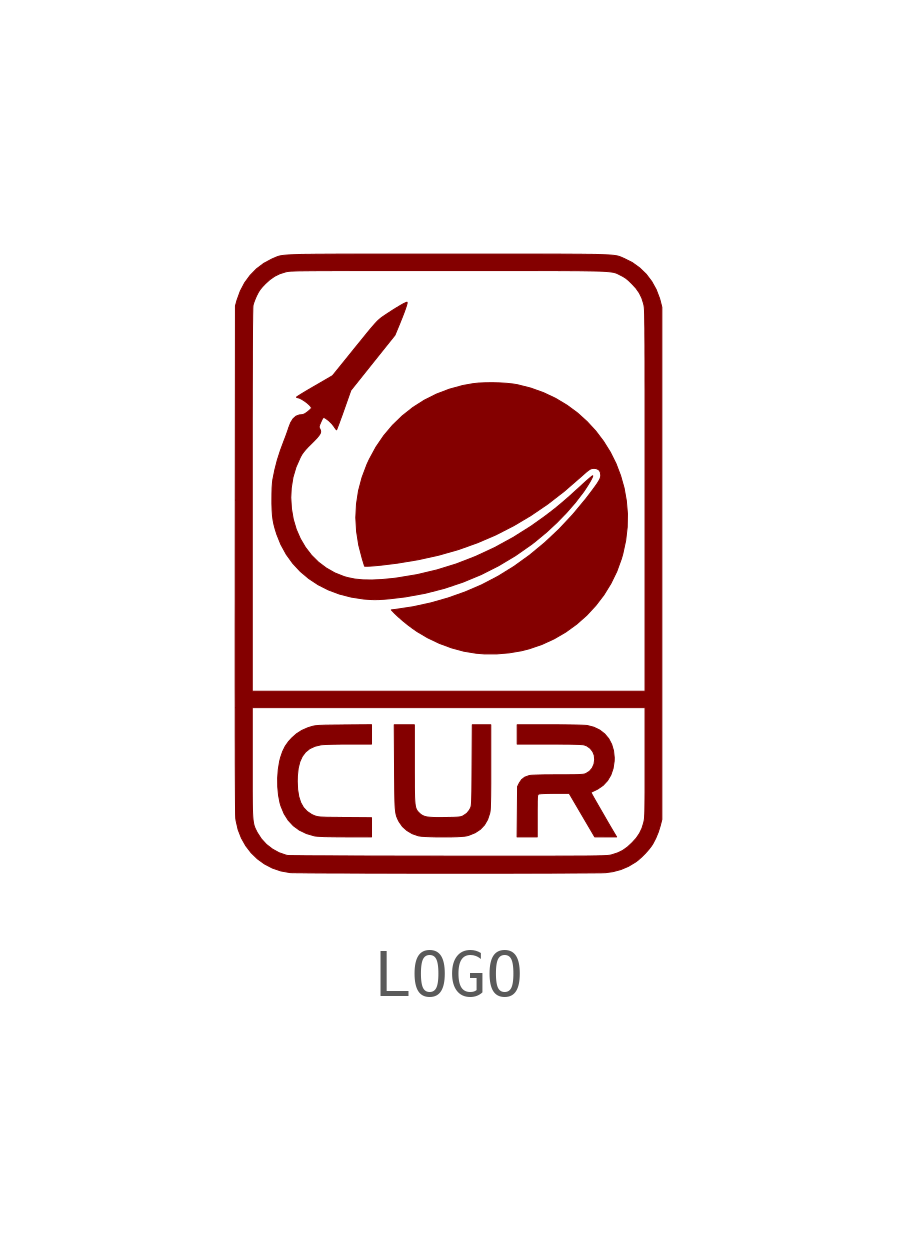
<source format=kicad_sym>
(kicad_symbol_lib
  (version 20220914)
  (generator "bitmap2component")
  (generator_version "9.0")
  (symbol "LOGO"
    (pin_names
      (offset 1.016))
    (property "Reference" "#G"
      (at 0 6.988 0)
      (effects (font (size 1.27 1.27)) hide))
    (symbol "LOGO_0_0"
      (polyline (pts (xy 0.389 -6.459) (xy 0.66 -6.459) (xy 0.928 -6.459) (xy 1.189 -6.459) (xy 1.443 -6.458) (xy 1.687 -6.458) (xy 1.921 -6.457) (xy 2.142 -6.457) (xy 2.348 -6.456) (xy 2.538 -6.455) (xy 2.711 -6.454) (xy 2.864 -6.453) (xy 2.995 -6.452) (xy 3.104 -6.451) (xy 3.188 -6.45) (xy 3.246 -6.448) (xy 3.275 -6.447) (xy 3.424 -6.426) (xy 3.59 -6.382) (xy 3.746 -6.316) (xy 3.896 -6.226) (xy 3.948 -6.187) (xy 4.024 -6.12) (xy 4.101 -6.043) (xy 4.171 -5.964) (xy 4.227 -5.891) (xy 4.258 -5.843) (xy 4.318 -5.727) (xy 4.371 -5.598) (xy 4.411 -5.468) (xy 4.444 -5.338) (xy 4.444 0.000100) (xy 4.444 5.338) (xy 4.411 5.469) (xy 4.396 5.523) (xy 4.326 5.707) (xy 4.233 5.875) (xy 4.118 6.027) (xy 3.982 6.158) (xy 3.829 6.269) (xy 3.658 6.355) (xy 3.658 6.355) (xy 3.634 6.365) (xy 3.613 6.375) (xy 3.593 6.383) (xy 3.573 6.391) (xy 3.552 6.398) (xy 3.529 6.405) (xy 3.502 6.411) (xy 3.47 6.416) (xy 3.432 6.421) (xy 3.387 6.425) (xy 3.334 6.429) (xy 3.271 6.432) (xy 3.198 6.435) (xy 3.112 6.438) (xy 3.014 6.44) (xy 2.901 6.441) (xy 2.773 6.443) (xy 2.628 6.444) (xy 2.465 6.445) (xy 2.283 6.446) (xy 2.081 6.446) (xy 1.858 6.447) (xy 1.612 6.447) (xy 1.342 6.447) (xy 1.047 6.447) (xy 0.726 6.447) (xy 0.377 6.447) (xy -0.000100 6.447) (xy -0.013 6.447) (xy -0.389 6.447) (xy -0.737 6.447) (xy -1.057 6.447) (xy -1.351 6.447) (xy -1.62 6.447) (xy -1.866 6.447) (xy -2.088 6.446) (xy -2.29 6.446) (xy -2.471 6.445) (xy -2.633 6.444) (xy -2.777 6.443) (xy -2.905 6.441) (xy -3.018 6.44) (xy -3.115 6.438) (xy -3.2 6.435) (xy -3.273 6.432) (xy -3.336 6.429) (xy -3.389 6.425) (xy -3.433 6.421) (xy -3.471 6.416) (xy -3.503 6.411) (xy -3.53 6.405) (xy -3.553 6.398) (xy -3.574 6.391) (xy -3.594 6.383) (xy -3.614 6.374) (xy -3.635 6.365) (xy -3.659 6.355) (xy -3.686 6.343) (xy -3.854 6.253) (xy -4.005 6.139) (xy -4.138 6.003) (xy -4.252 5.848) (xy -4.343 5.675) (xy -4.411 5.487) (xy -4.444 5.367) (xy -4.448 1.317) (xy -4.094 1.317) (xy -4.094 1.365) (xy -4.094 1.814) (xy -4.094 2.234) (xy -4.094 2.624) (xy -4.094 2.987) (xy -4.093 3.322) (xy -4.093 3.629) (xy -4.092 3.91) (xy -4.091 4.165) (xy -4.091 4.394) (xy -4.09 4.597) (xy -4.089 4.776) (xy -4.088 4.931) (xy -4.086 5.062) (xy -4.085 5.17) (xy -4.083 5.255) (xy -4.082 5.317) (xy -4.08 5.358) (xy -4.078 5.378) (xy -4.075 5.393) (xy -4.057 5.449) (xy -4.031 5.516) (xy -4.002 5.583) (xy -4.001 5.584) (xy -3.966 5.652) (xy -3.929 5.709) (xy -3.883 5.765) (xy -3.821 5.83) (xy -3.727 5.915) (xy -3.627 5.985) (xy -3.521 6.037) (xy -3.401 6.075) (xy -3.398 6.076) (xy -3.385 6.079) (xy -3.37 6.082) (xy -3.354 6.085) (xy -3.334 6.087) (xy -3.309 6.09) (xy -3.279 6.092) (xy -3.241 6.093) (xy -3.196 6.095) (xy -3.141 6.097) (xy -3.076 6.098) (xy -2.998 6.099) (xy -2.908 6.1) (xy -2.804 6.101) (xy -2.684 6.102) (xy -2.548 6.102) (xy -2.394 6.103) (xy -2.221 6.103) (xy -2.027 6.104) (xy -1.813 6.104) (xy -1.575 6.104) (xy -1.315 6.104) (xy -1.029 6.104) (xy -0.717 6.104) (xy -0.377 6.104) (xy -0.009 6.104) (xy 0.343 6.104) (xy 0.691 6.104) (xy 1.011 6.104) (xy 1.305 6.104) (xy 1.574 6.104) (xy 1.819 6.104) (xy 2.041 6.103) (xy 2.242 6.103) (xy 2.423 6.102) (xy 2.584 6.101) (xy 2.728 6.1) (xy 2.855 6.098) (xy 2.966 6.096) (xy 3.063 6.094) (xy 3.147 6.092) (xy 3.219 6.089) (xy 3.28 6.085) (xy 3.331 6.081) (xy 3.375 6.076) (xy 3.411 6.071) (xy 3.441 6.066) (xy 3.466 6.059) (xy 3.488 6.052) (xy 3.508 6.045) (xy 3.526 6.036) (xy 3.544 6.027) (xy 3.563 6.017) (xy 3.585 6.006) (xy 3.63 5.983) (xy 3.691 5.945) (xy 3.751 5.896) (xy 3.819 5.83) (xy 3.905 5.737) (xy 3.975 5.637) (xy 4.027 5.531) (xy 4.065 5.411) (xy 4.067 5.4) (xy 4.07 5.388) (xy 4.073 5.373) (xy 4.075 5.356) (xy 4.078 5.335) (xy 4.08 5.309) (xy 4.082 5.278) (xy 4.083 5.239) (xy 4.085 5.192) (xy 4.086 5.136) (xy 4.087 5.069) (xy 4.088 4.992) (xy 4.09 4.901) (xy 4.09 4.797) (xy 4.091 4.679) (xy 4.092 4.545) (xy 4.092 4.394) (xy 4.093 4.225) (xy 4.093 4.037) (xy 4.093 3.829) (xy 4.094 3.6) (xy 4.094 3.349) (xy 4.094 3.075) (xy 4.094 2.776) (xy 4.094 2.452) (xy 4.094 2.101) (xy 4.094 1.722) (xy 4.094 1.315) (xy 4.094 -2.665) (xy -0.000100 -2.665) (xy -4.094 -2.665) (xy -4.094 1.317) (xy -4.448 1.317) (xy -4.449 0.097) (xy -4.449 -0.274) (xy -4.449 -0.79) (xy -4.45 -1.277) (xy -4.45 -1.735) (xy -4.45 -2.164) (xy -4.45 -2.564) (xy -4.449 -2.937) (xy -4.449 -3.007) (xy -4.094 -3.007) (xy -0.000100 -3.007) (xy 4.094 -3.007) (xy 4.094 -4.152) (xy 4.094 -4.244) (xy 4.094 -4.444) (xy 4.094 -4.618) (xy 4.094 -4.768) (xy 4.093 -4.894) (xy 4.092 -5.001) (xy 4.091 -5.09) (xy 4.09 -5.163) (xy 4.088 -5.222) (xy 4.085 -5.27) (xy 4.083 -5.308) (xy 4.079 -5.339) (xy 4.075 -5.365) (xy 4.07 -5.388) (xy 4.065 -5.41) (xy 4.03 -5.523) (xy 3.979 -5.629) (xy 3.911 -5.729) (xy 3.819 -5.829) (xy 3.726 -5.915) (xy 3.627 -5.985) (xy 3.521 -6.036) (xy 3.401 -6.075) (xy 3.397 -6.076) (xy 3.383 -6.079) (xy 3.369 -6.082) (xy 3.352 -6.085) (xy 3.332 -6.087) (xy 3.307 -6.09) (xy 3.277 -6.091) (xy 3.239 -6.093) (xy 3.193 -6.095) (xy 3.138 -6.096) (xy 3.072 -6.098) (xy 2.994 -6.099) (xy 2.903 -6.1) (xy 2.798 -6.101) (xy 2.678 -6.101) (xy 2.541 -6.102) (xy 2.386 -6.102) (xy 2.212 -6.103) (xy 2.018 -6.103) (xy 1.803 -6.103) (xy 1.565 -6.103) (xy 1.303 -6.103) (xy 1.016 -6.103) (xy 0.703 -6.103) (xy 0.363 -6.103) (xy -0.006 -6.103) (xy -0.082 -6.103) (xy -0.392 -6.102) (xy -0.694 -6.102) (xy -0.988 -6.102) (xy -1.27 -6.101) (xy -1.541 -6.101) (xy -1.798 -6.1) (xy -2.041 -6.099) (xy -2.267 -6.098) (xy -2.476 -6.097) (xy -2.667 -6.096) (xy -2.837 -6.096) (xy -2.985 -6.095) (xy -3.111 -6.093) (xy -3.212 -6.092) (xy -3.288 -6.091) (xy -3.337 -6.09) (xy -3.357 -6.089) (xy -3.391 -6.082) (xy -3.538 -6.031) (xy -3.675 -5.955) (xy -3.8 -5.858) (xy -3.906 -5.742) (xy -3.99 -5.612) (xy -3.996 -5.601) (xy -4.013 -5.566) (xy -4.029 -5.535) (xy -4.042 -5.504) (xy -4.054 -5.471) (xy -4.063 -5.434) (xy -4.071 -5.391) (xy -4.078 -5.341) (xy -4.083 -5.279) (xy -4.087 -5.206) (xy -4.09 -5.117) (xy -4.092 -5.012) (xy -4.093 -4.888) (xy -4.094 -4.742) (xy -4.094 -4.574) (xy -4.094 -4.379) (xy -4.094 -4.158) (xy -4.094 -3.007) (xy -4.449 -3.007) (xy -4.449 -3.281) (xy -4.449 -3.597) (xy -4.448 -3.885) (xy -4.448 -4.147) (xy -4.447 -4.381) (xy -4.446 -4.588) (xy -4.445 -4.769) (xy -4.444 -4.924) (xy -4.443 -5.053) (xy -4.442 -5.155) (xy -4.441 -5.232) (xy -4.439 -5.284) (xy -4.438 -5.311) (xy -4.431 -5.362) (xy -4.388 -5.55) (xy -4.32 -5.725) (xy -4.229 -5.886) (xy -4.117 -6.032) (xy -3.986 -6.159) (xy -3.838 -6.266) (xy -3.675 -6.351) (xy -3.499 -6.411) (xy -3.312 -6.445) (xy -3.284 -6.447) (xy -3.227 -6.448) (xy -3.144 -6.449) (xy -3.036 -6.45) (xy -2.905 -6.452) (xy -2.753 -6.453) (xy -2.581 -6.454) (xy -2.392 -6.455) (xy -2.186 -6.455) (xy -1.965 -6.456) (xy -1.732 -6.457) (xy -1.488 -6.457) (xy -1.235 -6.458) (xy -0.973 -6.458) (xy -0.706 -6.459) (xy -0.435 -6.459) (xy -0.161 -6.459) (xy 0.114 -6.459) (xy 0.389 -6.459)) (stroke (width 0.01) (type default)) (fill (type outline)))
      (polyline (pts (xy -1.608 -5.502) (xy -1.608 -5.302) (xy -2.163 -5.297) (xy -2.214 -5.297) (xy -2.348 -5.295) (xy -2.457 -5.294) (xy -2.543 -5.293) (xy -2.611 -5.29) (xy -2.663 -5.288) (xy -2.703 -5.284) (xy -2.734 -5.279) (xy -2.759 -5.273) (xy -2.782 -5.266) (xy -2.806 -5.257) (xy -2.856 -5.234) (xy -2.95 -5.171) (xy -3.026 -5.09) (xy -3.084 -4.987) (xy -3.124 -4.863) (xy -3.148 -4.716) (xy -3.156 -4.544) (xy -3.153 -4.429) (xy -3.136 -4.27) (xy -3.102 -4.135) (xy -3.051 -4.023) (xy -2.983 -3.933) (xy -2.896 -3.863) (xy -2.79 -3.813) (xy -2.665 -3.783) (xy -2.651 -3.781) (xy -2.6 -3.777) (xy -2.526 -3.774) (xy -2.433 -3.771) (xy -2.327 -3.769) (xy -2.21 -3.767) (xy -2.088 -3.767) (xy -1.608 -3.767) (xy -1.608 -3.565) (xy -1.608 -3.363) (xy -2.185 -3.368) (xy -2.206 -3.369) (xy -2.35 -3.37) (xy -2.468 -3.372) (xy -2.563 -3.373) (xy -2.638 -3.376) (xy -2.698 -3.378) (xy -2.745 -3.382) (xy -2.783 -3.386) (xy -2.814 -3.392) (xy -2.844 -3.399) (xy -2.873 -3.408) (xy -2.937 -3.428) (xy -3.06 -3.482) (xy -3.167 -3.55) (xy -3.269 -3.64) (xy -3.339 -3.717) (xy -3.407 -3.814) (xy -3.46 -3.922) (xy -3.504 -4.051) (xy -3.524 -4.132) (xy -3.551 -4.297) (xy -3.564 -4.475) (xy -3.562 -4.657) (xy -3.546 -4.832) (xy -3.515 -4.992) (xy -3.494 -5.062) (xy -3.429 -5.219) (xy -3.343 -5.355) (xy -3.237 -5.469) (xy -3.11 -5.562) (xy -2.964 -5.632) (xy -2.799 -5.68) (xy -2.782 -5.683) (xy -2.733 -5.688) (xy -2.664 -5.692) (xy -2.574 -5.696) (xy -2.461 -5.698) (xy -2.322 -5.7) (xy -2.155 -5.701) (xy -1.608 -5.702) (xy -1.608 -5.502)) (stroke (width 0.01) (type default)) (fill (type outline)))
      (polyline (pts (xy -0.045 -5.702) (xy 0.069 -5.701) (xy 0.173 -5.698) (xy 0.263 -5.693) (xy 0.334 -5.687) (xy 0.38 -5.679) (xy 0.421 -5.668) (xy 0.552 -5.615) (xy 0.661 -5.543) (xy 0.747 -5.452) (xy 0.812 -5.34) (xy 0.856 -5.207) (xy 0.858 -5.196) (xy 0.863 -5.168) (xy 0.867 -5.13) (xy 0.87 -5.082) (xy 0.872 -5.021) (xy 0.874 -4.944) (xy 0.876 -4.848) (xy 0.877 -4.732) (xy 0.878 -4.594) (xy 0.878 -4.431) (xy 0.878 -4.239) (xy 0.878 -3.365) (xy 0.685 -3.365) (xy 0.493 -3.365) (xy 0.488 -4.202) (xy 0.487 -4.354) (xy 0.486 -4.511) (xy 0.485 -4.644) (xy 0.484 -4.753) (xy 0.482 -4.842) (xy 0.48 -4.913) (xy 0.478 -4.969) (xy 0.475 -5.011) (xy 0.472 -5.043) (xy 0.468 -5.066) (xy 0.463 -5.084) (xy 0.457 -5.099) (xy 0.433 -5.144) (xy 0.38 -5.21) (xy 0.305 -5.261) (xy 0.298 -5.265) (xy 0.276 -5.274) (xy 0.251 -5.282) (xy 0.218 -5.287) (xy 0.173 -5.291) (xy 0.112 -5.294) (xy 0.029 -5.296) (xy -0.078 -5.298) (xy -0.198 -5.299) (xy -0.304 -5.298) (xy -0.387 -5.293) (xy -0.453 -5.286) (xy -0.504 -5.273) (xy -0.546 -5.255) (xy -0.582 -5.232) (xy -0.615 -5.201) (xy -0.627 -5.19) (xy -0.645 -5.17) (xy -0.661 -5.149) (xy -0.674 -5.125) (xy -0.685 -5.095) (xy -0.694 -5.058) (xy -0.701 -5.01) (xy -0.706 -4.949) (xy -0.71 -4.874) (xy -0.712 -4.78) (xy -0.714 -4.667) (xy -0.714 -4.53) (xy -0.715 -4.369) (xy -0.715 -4.181) (xy -0.715 -3.365) (xy -0.924 -3.365) (xy -1.134 -3.365) (xy -1.128 -4.254) (xy -1.127 -4.423) (xy -1.125 -4.59) (xy -1.124 -4.733) (xy -1.122 -4.853) (xy -1.12 -4.953) (xy -1.117 -5.035) (xy -1.113 -5.103) (xy -1.107 -5.157) (xy -1.101 -5.202) (xy -1.093 -5.24) (xy -1.084 -5.273) (xy -1.072 -5.303) (xy -1.059 -5.333) (xy -1.043 -5.366) (xy -1.032 -5.386) (xy -0.962 -5.486) (xy -0.869 -5.569) (xy -0.758 -5.635) (xy -0.631 -5.679) (xy -0.618 -5.681) (xy -0.561 -5.689) (xy -0.482 -5.694) (xy -0.385 -5.698) (xy -0.277 -5.701) (xy -0.161 -5.702) (xy -0.045 -5.702)) (stroke (width 0.01) (type default)) (fill (type outline)))
      (polyline (pts (xy 1.846 -5.264) (xy 1.846 -5.143) (xy 1.847 -5.043) (xy 1.847 -4.965) (xy 1.849 -4.908) (xy 1.851 -4.868) (xy 1.855 -4.841) (xy 1.86 -4.825) (xy 1.867 -4.815) (xy 1.875 -4.809) (xy 1.895 -4.805) (xy 1.943 -4.8) (xy 2.013 -4.797) (xy 2.103 -4.795) (xy 2.208 -4.794) (xy 2.513 -4.794) (xy 2.779 -5.248) (xy 3.045 -5.701) (xy 3.273 -5.702) (xy 3.501 -5.702) (xy 3.472 -5.654) (xy 3.45 -5.617) (xy 3.413 -5.554) (xy 3.368 -5.478) (xy 3.318 -5.392) (xy 3.265 -5.3) (xy 3.211 -5.206) (xy 3.157 -5.113) (xy 3.106 -5.024) (xy 3.06 -4.944) (xy 3.021 -4.875) (xy 2.991 -4.821) (xy 2.972 -4.785) (xy 2.966 -4.772) (xy 2.979 -4.766) (xy 3.013 -4.75) (xy 3.058 -4.729) (xy 3.108 -4.704) (xy 3.221 -4.626) (xy 3.312 -4.528) (xy 3.381 -4.411) (xy 3.427 -4.276) (xy 3.45 -4.123) (xy 3.452 -4.052) (xy 3.437 -3.906) (xy 3.398 -3.773) (xy 3.337 -3.656) (xy 3.253 -3.556) (xy 3.149 -3.475) (xy 3.027 -3.416) (xy 2.888 -3.38) (xy 2.877 -3.379) (xy 2.829 -3.376) (xy 2.755 -3.373) (xy 2.659 -3.37) (xy 2.543 -3.368) (xy 2.411 -3.366) (xy 2.266 -3.365) (xy 2.11 -3.365) (xy 1.429 -3.365) (xy 1.429 -3.566) (xy 1.429 -3.767) (xy 2.093 -3.767) (xy 2.219 -3.767) (xy 2.389 -3.768) (xy 2.531 -3.769) (xy 2.644 -3.772) (xy 2.731 -3.775) (xy 2.791 -3.779) (xy 2.824 -3.784) (xy 2.882 -3.806) (xy 2.951 -3.856) (xy 3.004 -3.923) (xy 3.035 -3.999) (xy 3.044 -4.09) (xy 3.03 -4.185) (xy 2.993 -4.268) (xy 2.934 -4.336) (xy 2.855 -4.384) (xy 2.85 -4.386) (xy 2.829 -4.392) (xy 2.799 -4.397) (xy 2.759 -4.4) (xy 2.704 -4.403) (xy 2.631 -4.405) (xy 2.539 -4.406) (xy 2.422 -4.407) (xy 2.279 -4.407) (xy 2.251 -4.407) (xy 2.107 -4.408) (xy 1.98 -4.409) (xy 1.871 -4.412) (xy 1.783 -4.415) (xy 1.72 -4.418) (xy 1.684 -4.423) (xy 1.673 -4.426) (xy 1.587 -4.457) (xy 1.522 -4.507) (xy 1.474 -4.578) (xy 1.437 -4.653) (xy 1.432 -5.177) (xy 1.427 -5.702) (xy 1.637 -5.702) (xy 1.846 -5.702) (xy 1.846 -5.264)) (stroke (width 0.01) (type default)) (fill (type outline)))
      (polyline (pts (xy 1.264 -1.865) (xy 1.517 -1.822) (xy 1.682 -1.78) (xy 1.949 -1.688) (xy 2.203 -1.571) (xy 2.444 -1.43) (xy 2.67 -1.266) (xy 2.878 -1.082) (xy 3.067 -0.878) (xy 3.236 -0.657) (xy 3.382 -0.42) (xy 3.505 -0.168) (xy 3.601 0.097) (xy 3.63 0.198) (xy 3.69 0.477) (xy 3.722 0.756) (xy 3.727 1.032) (xy 3.704 1.304) (xy 3.657 1.57) (xy 3.584 1.828) (xy 3.489 2.078) (xy 3.37 2.317) (xy 3.229 2.543) (xy 3.068 2.756) (xy 2.887 2.953) (xy 2.687 3.134) (xy 2.469 3.295) (xy 2.233 3.437) (xy 1.982 3.556) (xy 1.716 3.652) (xy 1.436 3.723) (xy 1.339 3.739) (xy 1.207 3.753) (xy 1.061 3.762) (xy 0.91 3.766) (xy 0.761 3.764) (xy 0.624 3.758) (xy 0.506 3.745) (xy 0.293 3.707) (xy 0.013 3.63) (xy -0.255 3.528) (xy -0.508 3.401) (xy -0.745 3.25) (xy -0.966 3.075) (xy -1.169 2.879) (xy -1.352 2.662) (xy -1.514 2.425) (xy -1.653 2.169) (xy -1.703 2.061) (xy -1.805 1.79) (xy -1.878 1.515) (xy -1.921 1.235) (xy -1.935 0.953) (xy -1.919 0.668) (xy -1.874 0.381) (xy -1.799 0.093) (xy -1.752 -0.059) (xy -1.687 -0.059) (xy -1.677 -0.059) (xy -1.631 -0.057) (xy -1.565 -0.052) (xy -1.486 -0.045) (xy -1.403 -0.037) (xy -1.07 0.004) (xy -0.625 0.078) (xy -0.198 0.173) (xy 0.211 0.29) (xy 0.605 0.431) (xy 0.986 0.595) (xy 1.355 0.784) (xy 1.715 0.998) (xy 2.067 1.238) (xy 2.413 1.506) (xy 2.754 1.802) (xy 2.808 1.85) (xy 2.866 1.901) (xy 2.911 1.937) (xy 2.945 1.96) (xy 2.974 1.973) (xy 3.002 1.979) (xy 3.034 1.98) (xy 3.075 1.976) (xy 3.128 1.952) (xy 3.16 1.907) (xy 3.171 1.84) (xy 3.17 1.817) (xy 3.163 1.786) (xy 3.149 1.751) (xy 3.125 1.709) (xy 3.091 1.655) (xy 3.043 1.588) (xy 2.981 1.504) (xy 2.902 1.4) (xy 2.859 1.344) (xy 2.587 1.017) (xy 2.301 0.711) (xy 2 0.429) (xy 1.688 0.171) (xy 1.365 -0.062) (xy 1.032 -0.268) (xy 0.692 -0.446) (xy 0.672 -0.455) (xy 0.338 -0.598) (xy -0.013 -0.722) (xy -0.375 -0.825) (xy -0.742 -0.905) (xy -1.107 -0.96) (xy -1.195 -0.97) (xy -1.13 -1.038) (xy -1.123 -1.045) (xy -1.047 -1.117) (xy -0.954 -1.198) (xy -0.853 -1.28) (xy -0.75 -1.357) (xy -0.655 -1.423) (xy -0.44 -1.55) (xy -0.195 -1.667) (xy 0.059 -1.761) (xy 0.317 -1.831) (xy 0.573 -1.873) (xy 0.744 -1.887) (xy 1.003 -1.887) (xy 1.264 -1.865)) (stroke (width 0.01) (type default)) (fill (type outline)))
      (polyline (pts (xy -1.45 -0.754) (xy -1.345 -0.748) (xy -1.219 -0.737) (xy -0.902 -0.699) (xy -0.49 -0.624) (xy -0.089 -0.521) (xy 0.299 -0.391) (xy 0.677 -0.234) (xy 1.041 -0.05) (xy 1.393 0.161) (xy 1.733 0.399) (xy 1.813 0.462) (xy 2.038 0.648) (xy 2.254 0.848) (xy 2.456 1.056) (xy 2.639 1.266) (xy 2.799 1.474) (xy 2.825 1.51) (xy 2.873 1.583) (xy 2.918 1.654) (xy 2.956 1.718) (xy 2.984 1.771) (xy 3.001 1.809) (xy 3.003 1.826) (xy 2.997 1.824) (xy 2.972 1.805) (xy 2.93 1.77) (xy 2.875 1.722) (xy 2.809 1.663) (xy 2.737 1.596) (xy 2.666 1.532) (xy 2.54 1.417) (xy 2.427 1.318) (xy 2.321 1.228) (xy 2.218 1.143) (xy 2.111 1.06) (xy 1.995 0.972) (xy 1.721 0.777) (xy 1.343 0.539) (xy 0.957 0.328) (xy 0.563 0.145) (xy 0.162 -0.011) (xy -0.245 -0.137) (xy -0.657 -0.235) (xy -1.073 -0.304) (xy -1.148 -0.314) (xy -1.385 -0.337) (xy -1.598 -0.347) (xy -1.787 -0.344) (xy -1.954 -0.328) (xy -2.1 -0.298) (xy -2.179 -0.276) (xy -2.373 -0.199) (xy -2.552 -0.097) (xy -2.715 0.026) (xy -2.86 0.17) (xy -2.986 0.334) (xy -3.092 0.514) (xy -3.177 0.709) (xy -3.239 0.918) (xy -3.277 1.139) (xy -3.291 1.37) (xy -3.281 1.573) (xy -3.245 1.796) (xy -3.182 2.008) (xy -3.092 2.211) (xy -3.088 2.219) (xy -3.059 2.271) (xy -3.025 2.319) (xy -2.983 2.37) (xy -2.929 2.429) (xy -2.856 2.501) (xy -2.806 2.551) (xy -2.745 2.615) (xy -2.703 2.666) (xy -2.678 2.706) (xy -2.668 2.74) (xy -2.671 2.771) (xy -2.685 2.803) (xy -2.692 2.816) (xy -2.7 2.837) (xy -2.698 2.861) (xy -2.686 2.895) (xy -2.663 2.948) (xy -2.652 2.973) (xy -2.631 3.015) (xy -2.616 3.036) (xy -2.602 3.041) (xy -2.585 3.035) (xy -2.562 3.022) (xy -2.497 2.973) (xy -2.435 2.913) (xy -2.388 2.852) (xy -2.37 2.825) (xy -2.349 2.796) (xy -2.337 2.784) (xy -2.336 2.785) (xy -2.327 2.806) (xy -2.31 2.851) (xy -2.285 2.916) (xy -2.256 2.997) (xy -2.221 3.091) (xy -2.184 3.196) (xy -2.039 3.607) (xy -1.58 4.182) (xy -1.12 4.757) (xy -1.015 5.01) (xy -1.011 5.022) (xy -0.966 5.133) (xy -0.928 5.232) (xy -0.898 5.315) (xy -0.877 5.38) (xy -0.866 5.423) (xy -0.866 5.442) (xy -0.872 5.443) (xy -0.899 5.433) (xy -0.947 5.41) (xy -1.01 5.374) (xy -1.087 5.328) (xy -1.172 5.275) (xy -1.264 5.215) (xy -1.308 5.186) (xy -1.345 5.161) (xy -1.379 5.138) (xy -1.409 5.116) (xy -1.438 5.092) (xy -1.469 5.065) (xy -1.501 5.033) (xy -1.538 4.993) (xy -1.581 4.943) (xy -1.633 4.883) (xy -1.694 4.809) (xy -1.766 4.72) (xy -1.852 4.614) (xy -1.954 4.489) (xy -2.072 4.342) (xy -2.42 3.912) (xy -2.795 3.694) (xy -2.821 3.679) (xy -2.914 3.625) (xy -2.998 3.575) (xy -3.069 3.532) (xy -3.123 3.498) (xy -3.158 3.475) (xy -3.171 3.465) (xy -3.168 3.46) (xy -3.148 3.454) (xy -3.145 3.454) (xy -3.107 3.443) (xy -3.058 3.418) (xy -3.003 3.383) (xy -2.949 3.343) (xy -2.903 3.302) (xy -2.871 3.266) (xy -2.859 3.239) (xy -2.859 3.239) (xy -2.87 3.222) (xy -2.899 3.194) (xy -2.939 3.16) (xy -2.945 3.155) (xy -2.996 3.12) (xy -3.037 3.102) (xy -3.077 3.097) (xy -3.112 3.094) (xy -3.181 3.068) (xy -3.242 3.014) (xy -3.293 2.932) (xy -3.336 2.821) (xy -3.348 2.782) (xy -3.373 2.711) (xy -3.402 2.631) (xy -3.432 2.554) (xy -3.507 2.352) (xy -3.571 2.153) (xy -3.622 1.954) (xy -3.665 1.742) (xy -3.673 1.674) (xy -3.68 1.578) (xy -3.683 1.459) (xy -3.684 1.318) (xy -3.684 1.245) (xy -3.68 1.115) (xy -3.673 1.003) (xy -3.66 0.903) (xy -3.641 0.808) (xy -3.615 0.711) (xy -3.581 0.603) (xy -3.497 0.394) (xy -3.385 0.189) (xy -3.25 0.002) (xy -3.093 -0.167) (xy -2.916 -0.316) (xy -2.72 -0.446) (xy -2.506 -0.554) (xy -2.276 -0.64) (xy -2.031 -0.703) (xy -1.772 -0.743) (xy -1.732 -0.746) (xy -1.635 -0.753) (xy -1.544 -0.756) (xy -1.45 -0.754)) (stroke (width 0.01) (type default)) (fill (type outline))))))
</source>
